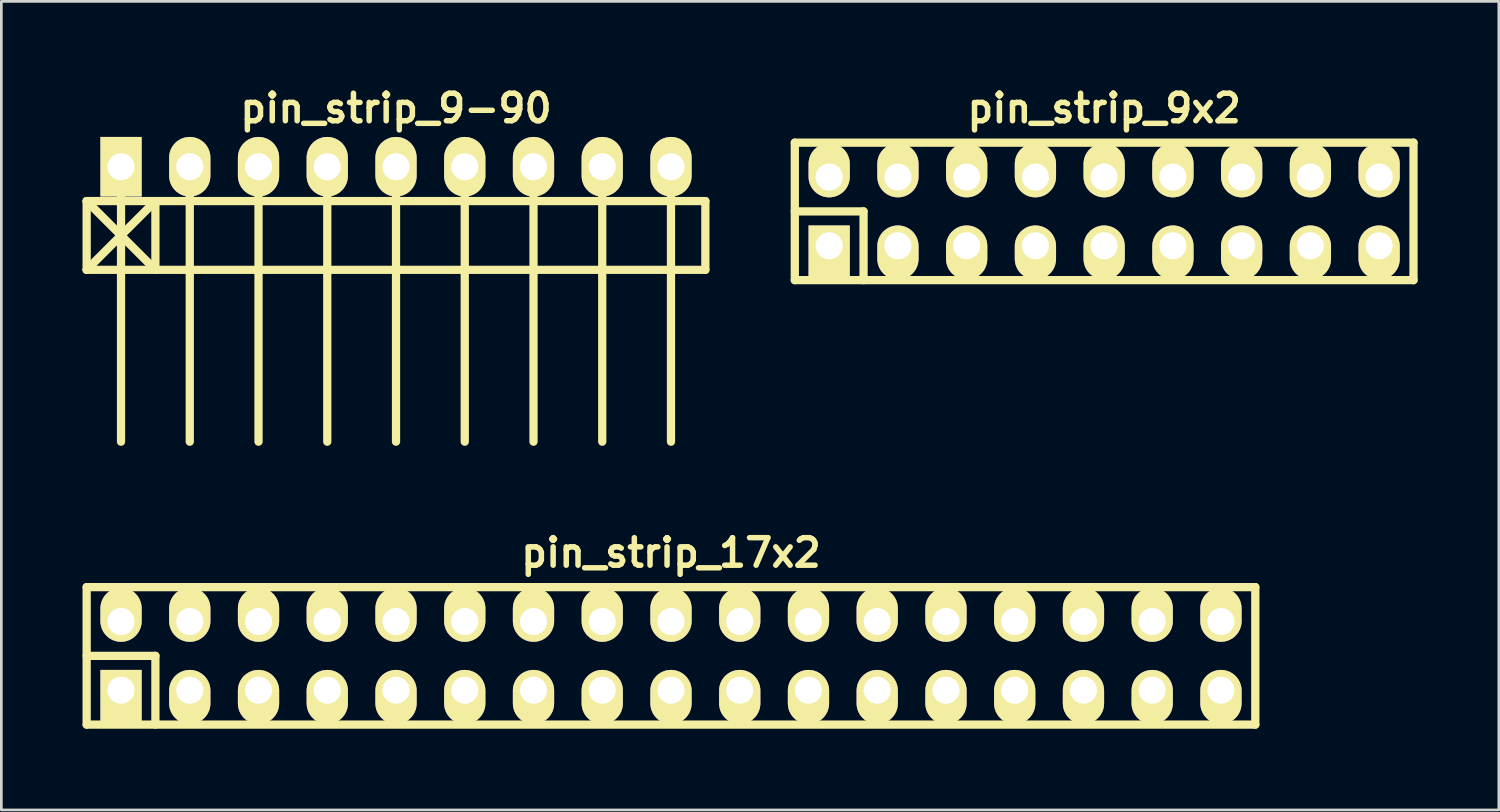
<source format=kicad_pcb>
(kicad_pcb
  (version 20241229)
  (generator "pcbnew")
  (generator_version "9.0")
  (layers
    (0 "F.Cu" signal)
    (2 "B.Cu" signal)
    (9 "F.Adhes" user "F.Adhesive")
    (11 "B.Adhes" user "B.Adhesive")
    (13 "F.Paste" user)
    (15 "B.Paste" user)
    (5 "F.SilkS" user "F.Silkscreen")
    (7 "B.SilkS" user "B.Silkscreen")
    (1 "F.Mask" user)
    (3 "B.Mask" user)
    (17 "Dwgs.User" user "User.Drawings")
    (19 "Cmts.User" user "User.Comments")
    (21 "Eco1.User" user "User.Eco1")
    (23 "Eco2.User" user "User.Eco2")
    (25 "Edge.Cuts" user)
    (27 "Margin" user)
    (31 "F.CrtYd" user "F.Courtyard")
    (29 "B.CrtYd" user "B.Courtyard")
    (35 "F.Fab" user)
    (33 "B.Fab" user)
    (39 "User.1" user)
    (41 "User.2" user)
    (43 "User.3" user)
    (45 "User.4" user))
  (footprint "pin_strip_9-90"
    (layer "F.Cu")
    (at 11.582 3.11)
    (property "Reference" "pin_strip_9-90" (at 0 -2.159 0) (layer "F.SilkS") (effects (font (size 1.016 1.016) (thickness 0.203))))
    (attr through_hole)
    (fp_line (start -11.43 1.27) (end -8.89 3.81) (stroke (width 0.305) (type solid)) (layer "F.SilkS"))
    (fp_line (start -11.43 1.27) (end 11.43 1.27) (stroke (width 0.305) (type solid)) (layer "F.SilkS"))
    (fp_line (start -11.43 3.81) (end -11.43 1.27) (stroke (width 0.305) (type solid)) (layer "F.SilkS"))
    (fp_line (start -10.16 0) (end -10.16 10.16) (stroke (width 0.305) (type solid)) (layer "F.SilkS"))
    (fp_line (start -8.89 1.27) (end -11.43 3.81) (stroke (width 0.305) (type solid)) (layer "F.SilkS"))
    (fp_line (start -8.89 1.27) (end -8.89 3.81) (stroke (width 0.305) (type solid)) (layer "F.SilkS"))
    (fp_line (start -7.62 0) (end -7.62 10.16) (stroke (width 0.305) (type solid)) (layer "F.SilkS"))
    (fp_line (start -5.08 10.16) (end -5.08 0) (stroke (width 0.305) (type solid)) (layer "F.SilkS"))
    (fp_line (start -2.54 0) (end -2.54 10.16) (stroke (width 0.305) (type solid)) (layer "F.SilkS"))
    (fp_line (start 0 0) (end 0 10.16) (stroke (width 0.305) (type solid)) (layer "F.SilkS"))
    (fp_line (start 2.54 0) (end 2.54 10.16) (stroke (width 0.305) (type solid)) (layer "F.SilkS"))
    (fp_line (start 5.08 0) (end 5.08 10.16) (stroke (width 0.305) (type solid)) (layer "F.SilkS"))
    (fp_line (start 7.62 0) (end 7.62 10.16) (stroke (width 0.305) (type solid)) (layer "F.SilkS"))
    (fp_line (start 10.16 0) (end 10.16 10.16) (stroke (width 0.305) (type solid)) (layer "F.SilkS"))
    (fp_line (start 11.43 1.27) (end 11.43 3.81) (stroke (width 0.305) (type solid)) (layer "F.SilkS"))
    (fp_line (start 11.43 3.81) (end -11.43 3.81) (stroke (width 0.305) (type solid)) (layer "F.SilkS"))
    (pad "1" thru_hole rect (at -10.16 0) (size 1.524 2.2) (drill 1.001) (layers "*.Cu" "*.Mask" "F.SilkS"))
    (pad "2" thru_hole oval (at -7.62 0) (size 1.524 2.2) (drill 1.001) (layers "*.Cu" "*.Mask" "F.SilkS"))
    (pad "3" thru_hole oval (at -5.08 0) (size 1.524 2.2) (drill 1.001) (layers "*.Cu" "*.Mask" "F.SilkS"))
    (pad "4" thru_hole oval (at -2.54 0) (size 1.524 2.2) (drill 1.001) (layers "*.Cu" "*.Mask" "F.SilkS"))
    (pad "5" thru_hole oval (at 0 0) (size 1.524 2.2) (drill 1.001) (layers "*.Cu" "*.Mask" "F.SilkS"))
    (pad "6" thru_hole oval (at 2.54 0) (size 1.524 2.2) (drill 1.001) (layers "*.Cu" "*.Mask" "F.SilkS"))
    (pad "7" thru_hole oval (at 5.08 0) (size 1.524 2.2) (drill 1.001) (layers "*.Cu" "*.Mask" "F.SilkS"))
    (pad "8" thru_hole oval (at 7.62 0) (size 1.524 2.2) (drill 1.001) (layers "*.Cu" "*.Mask" "F.SilkS"))
    (pad "9" thru_hole oval (at 10.16 0) (size 1.524 2.2) (drill 1.001) (layers "*.Cu" "*.Mask" "F.SilkS")))
  (footprint "pin_strip_9x2"
    (layer "F.Cu")
    (at 37.747 4.761)
    (property "Reference" "pin_strip_9x2" (at 0 -3.81 0) (layer "F.SilkS") (effects (font (size 1.016 1.016) (thickness 0.203))))
    (attr through_hole)
    (fp_line (start -11.43 -2.54) (end -11.43 2.54) (stroke (width 0.305) (type solid)) (layer "F.SilkS"))
    (fp_line (start -11.43 -2.54) (end 11.43 -2.54) (stroke (width 0.305) (type solid)) (layer "F.SilkS"))
    (fp_line (start -11.43 0) (end -8.89 0) (stroke (width 0.305) (type solid)) (layer "F.SilkS"))
    (fp_line (start -8.89 0) (end -8.89 2.54) (stroke (width 0.305) (type solid)) (layer "F.SilkS"))
    (fp_line (start 11.43 -2.54) (end 11.43 2.54) (stroke (width 0.305) (type solid)) (layer "F.SilkS"))
    (fp_line (start 11.43 2.54) (end -11.43 2.54) (stroke (width 0.305) (type solid)) (layer "F.SilkS"))
    (pad "1" thru_hole rect (at -10.16 1.27) (size 1.524 1.999) (drill 1.001 (offset 0 0.249)) (layers "*.Cu" "*.Mask" "F.SilkS"))
    (pad "2" thru_hole oval (at -10.16 -1.27) (size 1.524 1.999) (drill 1.001 (offset 0 -0.249)) (layers "*.Cu" "*.Mask" "F.SilkS"))
    (pad "3" thru_hole oval (at -7.62 1.27) (size 1.524 1.999) (drill 1.001 (offset 0 0.249)) (layers "*.Cu" "*.Mask" "F.SilkS"))
    (pad "4" thru_hole oval (at -7.62 -1.27) (size 1.524 1.999) (drill 1.001 (offset 0 -0.249)) (layers "*.Cu" "*.Mask" "F.SilkS"))
    (pad "5" thru_hole oval (at -5.08 1.27) (size 1.524 1.999) (drill 1.001 (offset 0 0.249)) (layers "*.Cu" "*.Mask" "F.SilkS"))
    (pad "6" thru_hole oval (at -5.08 -1.27) (size 1.524 1.999) (drill 1.001 (offset 0 -0.249)) (layers "*.Cu" "*.Mask" "F.SilkS"))
    (pad "7" thru_hole oval (at -2.54 1.27) (size 1.524 1.999) (drill 1.001 (offset 0 0.249)) (layers "*.Cu" "*.Mask" "F.SilkS"))
    (pad "8" thru_hole oval (at -2.54 -1.27) (size 1.524 1.999) (drill 1.001 (offset 0 -0.249)) (layers "*.Cu" "*.Mask" "F.SilkS"))
    (pad "9" thru_hole oval (at 0 1.27) (size 1.524 1.999) (drill 1.001 (offset 0 0.249)) (layers "*.Cu" "*.Mask" "F.SilkS"))
    (pad "10" thru_hole oval (at 0 -1.27) (size 1.524 1.999) (drill 1.001 (offset 0 -0.249)) (layers "*.Cu" "*.Mask" "F.SilkS"))
    (pad "11" thru_hole oval (at 2.54 1.27) (size 1.524 1.999) (drill 1.001 (offset 0 0.249)) (layers "*.Cu" "*.Mask" "F.SilkS"))
    (pad "12" thru_hole oval (at 2.54 -1.27) (size 1.524 1.999) (drill 1.001 (offset 0 -0.249)) (layers "*.Cu" "*.Mask" "F.SilkS"))
    (pad "13" thru_hole oval (at 5.08 1.27) (size 1.524 1.999) (drill 1.001 (offset 0 0.249)) (layers "*.Cu" "*.Mask" "F.SilkS"))
    (pad "14" thru_hole oval (at 5.08 -1.27) (size 1.524 1.999) (drill 1.001 (offset 0 -0.249)) (layers "*.Cu" "*.Mask" "F.SilkS"))
    (pad "15" thru_hole oval (at 7.62 1.27) (size 1.524 1.999) (drill 1.001 (offset 0 0.249)) (layers "*.Cu" "*.Mask" "F.SilkS"))
    (pad "16" thru_hole oval (at 7.62 -1.27) (size 1.524 1.999) (drill 1.001 (offset 0 -0.249)) (layers "*.Cu" "*.Mask" "F.SilkS"))
    (pad "17" thru_hole oval (at 10.16 1.27) (size 1.524 1.999) (drill 1.001 (offset 0 0.249)) (layers "*.Cu" "*.Mask" "F.SilkS"))
    (pad "18" thru_hole oval (at 10.16 -1.27) (size 1.524 1.999) (drill 1.001 (offset 0 -0.249)) (layers "*.Cu" "*.Mask" "F.SilkS")))
  (footprint "pin_strip_17x2"
    (layer "F.Cu")
    (at 21.742 21.183)
    (property "Reference" "pin_strip_17x2" (at 0 -3.81 0) (layer "F.SilkS") (effects (font (size 1.016 1.016) (thickness 0.203))))
    (attr through_hole)
    (fp_line (start -21.59 -2.54) (end -21.59 2.54) (stroke (width 0.305) (type solid)) (layer "F.SilkS"))
    (fp_line (start -21.59 -2.54) (end 21.59 -2.54) (stroke (width 0.305) (type solid)) (layer "F.SilkS"))
    (fp_line (start -21.59 0) (end -19.05 0) (stroke (width 0.305) (type solid)) (layer "F.SilkS"))
    (fp_line (start -19.05 0) (end -19.05 2.54) (stroke (width 0.305) (type solid)) (layer "F.SilkS"))
    (fp_line (start 21.59 2.54) (end -21.59 2.54) (stroke (width 0.305) (type solid)) (layer "F.SilkS"))
    (fp_line (start 21.59 2.54) (end 21.59 -2.54) (stroke (width 0.305) (type solid)) (layer "F.SilkS"))
    (pad "1" thru_hole rect (at -20.32 1.27) (size 1.524 1.999) (drill 1.001 (offset 0 0.249)) (layers "*.Cu" "*.Mask" "F.SilkS"))
    (pad "2" thru_hole oval (at -20.32 -1.27) (size 1.524 1.999) (drill 1.001 (offset 0 -0.249)) (layers "*.Cu" "*.Mask" "F.SilkS"))
    (pad "3" thru_hole oval (at -17.78 1.27) (size 1.524 1.999) (drill 1.001 (offset 0 0.249)) (layers "*.Cu" "*.Mask" "F.SilkS"))
    (pad "4" thru_hole oval (at -17.78 -1.27) (size 1.524 1.999) (drill 1.001 (offset 0 -0.249)) (layers "*.Cu" "*.Mask" "F.SilkS"))
    (pad "5" thru_hole oval (at -15.24 1.27) (size 1.524 1.999) (drill 1.001 (offset 0 0.249)) (layers "*.Cu" "*.Mask" "F.SilkS"))
    (pad "6" thru_hole oval (at -15.24 -1.27) (size 1.524 1.999) (drill 1.001 (offset 0 -0.249)) (layers "*.Cu" "*.Mask" "F.SilkS"))
    (pad "7" thru_hole oval (at -12.7 1.27) (size 1.524 1.999) (drill 1.001 (offset 0 0.249)) (layers "*.Cu" "*.Mask" "F.SilkS"))
    (pad "8" thru_hole oval (at -12.7 -1.27) (size 1.524 1.999) (drill 1.001 (offset 0 -0.249)) (layers "*.Cu" "*.Mask" "F.SilkS"))
    (pad "9" thru_hole oval (at -10.16 1.27) (size 1.524 1.999) (drill 1.001 (offset 0 0.249)) (layers "*.Cu" "*.Mask" "F.SilkS"))
    (pad "10" thru_hole oval (at -10.16 -1.27) (size 1.524 1.999) (drill 1.001 (offset 0 -0.249)) (layers "*.Cu" "*.Mask" "F.SilkS"))
    (pad "11" thru_hole oval (at -7.62 1.27) (size 1.524 1.999) (drill 1.001 (offset 0 0.249)) (layers "*.Cu" "*.Mask" "F.SilkS"))
    (pad "12" thru_hole oval (at -7.62 -1.27) (size 1.524 1.999) (drill 1.001 (offset 0 -0.249)) (layers "*.Cu" "*.Mask" "F.SilkS"))
    (pad "13" thru_hole oval (at -5.08 1.27) (size 1.524 1.999) (drill 1.001 (offset 0 0.249)) (layers "*.Cu" "*.Mask" "F.SilkS"))
    (pad "14" thru_hole oval (at -5.08 -1.27) (size 1.524 1.999) (drill 1.001 (offset 0 -0.249)) (layers "*.Cu" "*.Mask" "F.SilkS"))
    (pad "15" thru_hole oval (at -2.54 1.27) (size 1.524 1.999) (drill 1.001 (offset 0 0.249)) (layers "*.Cu" "*.Mask" "F.SilkS"))
    (pad "16" thru_hole oval (at -2.54 -1.27) (size 1.524 1.999) (drill 1.001 (offset 0 -0.249)) (layers "*.Cu" "*.Mask" "F.SilkS"))
    (pad "17" thru_hole oval (at 0 1.27) (size 1.524 1.999) (drill 1.001 (offset 0 0.249)) (layers "*.Cu" "*.Mask" "F.SilkS"))
    (pad "18" thru_hole oval (at 0 -1.27) (size 1.524 1.999) (drill 1.001 (offset 0 -0.249)) (layers "*.Cu" "*.Mask" "F.SilkS"))
    (pad "19" thru_hole oval (at 2.54 1.27) (size 1.524 1.999) (drill 1.001 (offset 0 0.249)) (layers "*.Cu" "*.Mask" "F.SilkS"))
    (pad "20" thru_hole oval (at 2.54 -1.27) (size 1.524 1.999) (drill 1.001 (offset 0 -0.249)) (layers "*.Cu" "*.Mask" "F.SilkS"))
    (pad "21" thru_hole oval (at 5.08 1.27) (size 1.524 1.999) (drill 1.001 (offset 0 0.249)) (layers "*.Cu" "*.Mask" "F.SilkS"))
    (pad "22" thru_hole oval (at 5.08 -1.27) (size 1.524 1.999) (drill 1.001 (offset 0 -0.249)) (layers "*.Cu" "*.Mask" "F.SilkS"))
    (pad "23" thru_hole oval (at 7.62 1.27) (size 1.524 1.999) (drill 1.001 (offset 0 0.249)) (layers "*.Cu" "*.Mask" "F.SilkS"))
    (pad "24" thru_hole oval (at 7.62 -1.27) (size 1.524 1.999) (drill 1.001 (offset 0 -0.249)) (layers "*.Cu" "*.Mask" "F.SilkS"))
    (pad "25" thru_hole oval (at 10.16 1.27) (size 1.524 1.999) (drill 1.001 (offset 0 0.249)) (layers "*.Cu" "*.Mask" "F.SilkS"))
    (pad "26" thru_hole oval (at 10.16 -1.27) (size 1.524 1.999) (drill 1.001 (offset 0 -0.249)) (layers "*.Cu" "*.Mask" "F.SilkS"))
    (pad "27" thru_hole oval (at 12.7 1.27) (size 1.524 1.999) (drill 1.001 (offset 0 0.249)) (layers "*.Cu" "*.Mask" "F.SilkS"))
    (pad "28" thru_hole oval (at 12.7 -1.27) (size 1.524 1.999) (drill 1.001 (offset 0 -0.249)) (layers "*.Cu" "*.Mask" "F.SilkS"))
    (pad "29" thru_hole oval (at 15.24 1.27) (size 1.524 1.999) (drill 1.001 (offset 0 0.249)) (layers "*.Cu" "*.Mask" "F.SilkS"))
    (pad "30" thru_hole oval (at 15.24 -1.27) (size 1.524 1.999) (drill 1.001 (offset 0 -0.249)) (layers "*.Cu" "*.Mask" "F.SilkS"))
    (pad "31" thru_hole oval (at 17.78 1.27) (size 1.524 1.999) (drill 1.001 (offset 0 0.249)) (layers "*.Cu" "*.Mask" "F.SilkS"))
    (pad "32" thru_hole oval (at 17.78 -1.27) (size 1.524 1.999) (drill 1.001 (offset 0 -0.249)) (layers "*.Cu" "*.Mask" "F.SilkS"))
    (pad "33" thru_hole oval (at 20.32 1.27) (size 1.524 1.999) (drill 1.001 (offset 0 0.249)) (layers "*.Cu" "*.Mask" "F.SilkS"))
    (pad "34" thru_hole oval (at 20.32 -1.27) (size 1.524 1.999) (drill 1.001 (offset 0 -0.249)) (layers "*.Cu" "*.Mask" "F.SilkS")))
  (gr_rect
    (start -3 -3)
    (end 52.33 26.876)
    (stroke (width 0.1) (type default))
    (fill no)
    (layer "Edge.Cuts")))
</source>
